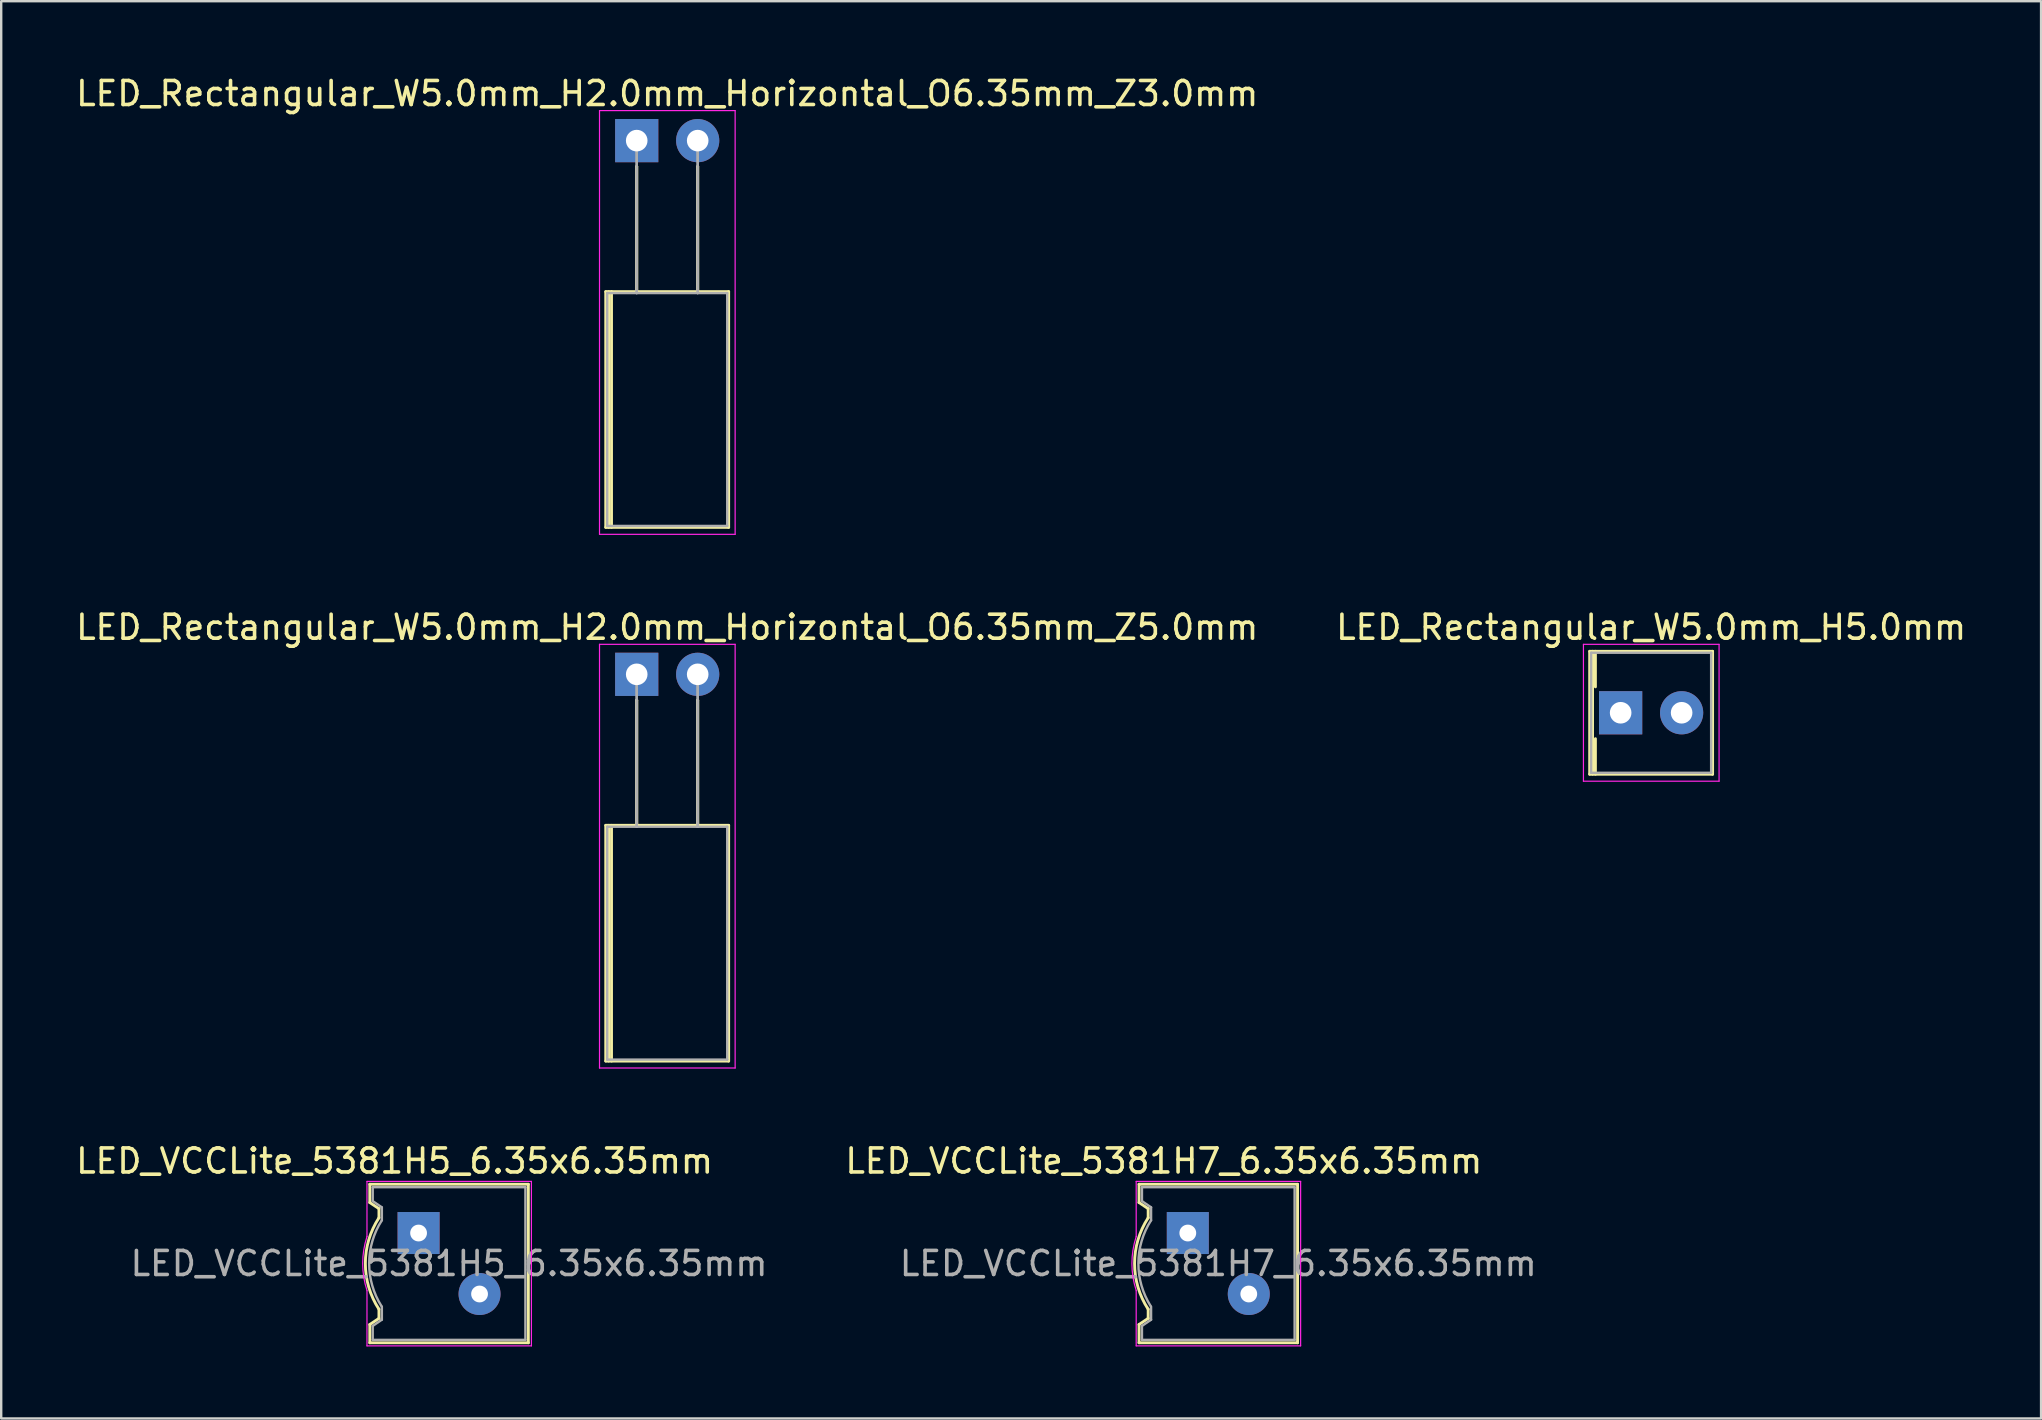
<source format=kicad_pcb>
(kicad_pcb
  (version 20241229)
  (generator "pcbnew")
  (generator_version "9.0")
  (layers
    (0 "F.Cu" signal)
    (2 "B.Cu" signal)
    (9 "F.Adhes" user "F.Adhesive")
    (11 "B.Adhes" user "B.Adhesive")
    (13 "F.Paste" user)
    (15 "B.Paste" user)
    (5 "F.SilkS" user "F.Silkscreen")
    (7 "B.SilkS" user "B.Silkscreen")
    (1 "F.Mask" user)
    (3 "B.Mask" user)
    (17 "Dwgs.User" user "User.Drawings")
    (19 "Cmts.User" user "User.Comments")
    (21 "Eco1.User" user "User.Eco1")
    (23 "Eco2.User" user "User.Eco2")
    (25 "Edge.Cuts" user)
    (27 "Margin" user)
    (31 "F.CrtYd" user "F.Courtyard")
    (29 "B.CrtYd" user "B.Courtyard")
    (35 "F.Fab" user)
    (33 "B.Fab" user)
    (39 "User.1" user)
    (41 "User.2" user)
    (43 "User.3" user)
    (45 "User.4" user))
  (footprint "LED_Rectangular_W5.0mm_H2.0mm_Horizontal_O6.35mm_Z3.0mm"
    (layer "F.Cu")
    (at 23.474 2.808)
    (property "Reference" "LED_Rectangular_W5.0mm_H2.0mm_Horizontal_O6.35mm_Z3.0mm" (at 1.27 -1.96 0) (layer "F.SilkS") (effects (font (size 1 1) (thickness 0.15))))
    (attr through_hole)
    (fp_line (start -1.29 6.29) (end -1.29 16.11) (stroke (width 0.12) (type solid)) (layer "F.SilkS"))
    (fp_line (start -1.29 16.11) (end 3.83 16.11) (stroke (width 0.12) (type solid)) (layer "F.SilkS"))
    (fp_line (start -1.17 6.29) (end -1.17 16.11) (stroke (width 0.12) (type solid)) (layer "F.SilkS"))
    (fp_line (start -1.05 6.29) (end -1.05 16.11) (stroke (width 0.12) (type solid)) (layer "F.SilkS"))
    (fp_line (start 0 1.08) (end 0 1.08) (stroke (width 0.12) (type solid)) (layer "F.SilkS"))
    (fp_line (start 0 1.08) (end 0 6.29) (stroke (width 0.12) (type solid)) (layer "F.SilkS"))
    (fp_line (start 0 6.29) (end 0 1.08) (stroke (width 0.12) (type solid)) (layer "F.SilkS"))
    (fp_line (start 0 6.29) (end 0 6.29) (stroke (width 0.12) (type solid)) (layer "F.SilkS"))
    (fp_line (start 2.54 1.08) (end 2.54 1.08) (stroke (width 0.12) (type solid)) (layer "F.SilkS"))
    (fp_line (start 2.54 1.08) (end 2.54 6.29) (stroke (width 0.12) (type solid)) (layer "F.SilkS"))
    (fp_line (start 2.54 6.29) (end 2.54 1.08) (stroke (width 0.12) (type solid)) (layer "F.SilkS"))
    (fp_line (start 2.54 6.29) (end 2.54 6.29) (stroke (width 0.12) (type solid)) (layer "F.SilkS"))
    (fp_line (start 3.83 6.29) (end -1.29 6.29) (stroke (width 0.12) (type solid)) (layer "F.SilkS"))
    (fp_line (start 3.83 16.11) (end 3.83 6.29) (stroke (width 0.12) (type solid)) (layer "F.SilkS"))
    (fp_line (start -1.55 -1.25) (end -1.55 16.4) (stroke (width 0.05) (type solid)) (layer "F.CrtYd"))
    (fp_line (start -1.55 16.4) (end 4.1 16.4) (stroke (width 0.05) (type solid)) (layer "F.CrtYd"))
    (fp_line (start 4.1 -1.25) (end -1.55 -1.25) (stroke (width 0.05) (type solid)) (layer "F.CrtYd"))
    (fp_line (start 4.1 16.4) (end 4.1 -1.25) (stroke (width 0.05) (type solid)) (layer "F.CrtYd"))
    (fp_line (start -1.23 6.35) (end -1.23 16.05) (stroke (width 0.1) (type solid)) (layer "F.Fab"))
    (fp_line (start -1.23 16.05) (end 3.77 16.05) (stroke (width 0.1) (type solid)) (layer "F.Fab"))
    (fp_line (start 0 0) (end 0 0) (stroke (width 0.1) (type solid)) (layer "F.Fab"))
    (fp_line (start 0 0) (end 0 6.35) (stroke (width 0.1) (type solid)) (layer "F.Fab"))
    (fp_line (start 0 6.35) (end 0 0) (stroke (width 0.1) (type solid)) (layer "F.Fab"))
    (fp_line (start 0 6.35) (end 0 6.35) (stroke (width 0.1) (type solid)) (layer "F.Fab"))
    (fp_line (start 2.54 0) (end 2.54 0) (stroke (width 0.1) (type solid)) (layer "F.Fab"))
    (fp_line (start 2.54 0) (end 2.54 6.35) (stroke (width 0.1) (type solid)) (layer "F.Fab"))
    (fp_line (start 2.54 6.35) (end 2.54 0) (stroke (width 0.1) (type solid)) (layer "F.Fab"))
    (fp_line (start 2.54 6.35) (end 2.54 6.35) (stroke (width 0.1) (type solid)) (layer "F.Fab"))
    (fp_line (start 3.77 6.35) (end -1.23 6.35) (stroke (width 0.1) (type solid)) (layer "F.Fab"))
    (fp_line (start 3.77 16.05) (end 3.77 6.35) (stroke (width 0.1) (type solid)) (layer "F.Fab"))
    (pad "1" thru_hole rect (at 0 0) (size 1.8 1.8) (drill 0.9) (layers "*.Cu" "*.Mask"))
    (pad "2" thru_hole circle (at 2.54 0) (size 1.8 1.8) (drill 0.9) (layers "*.Cu" "*.Mask")))
  (footprint "LED_Rectangular_W5.0mm_H2.0mm_Horizontal_O6.35mm_Z5.0mm"
    (layer "F.Cu")
    (at 23.474 25.041)
    (property "Reference" "LED_Rectangular_W5.0mm_H2.0mm_Horizontal_O6.35mm_Z5.0mm" (at 1.27 -1.96 0) (layer "F.SilkS") (effects (font (size 1 1) (thickness 0.15))))
    (attr through_hole)
    (fp_line (start -1.29 6.29) (end -1.29 16.11) (stroke (width 0.12) (type solid)) (layer "F.SilkS"))
    (fp_line (start -1.29 16.11) (end 3.83 16.11) (stroke (width 0.12) (type solid)) (layer "F.SilkS"))
    (fp_line (start -1.17 6.29) (end -1.17 16.11) (stroke (width 0.12) (type solid)) (layer "F.SilkS"))
    (fp_line (start -1.05 6.29) (end -1.05 16.11) (stroke (width 0.12) (type solid)) (layer "F.SilkS"))
    (fp_line (start 0 1.08) (end 0 1.08) (stroke (width 0.12) (type solid)) (layer "F.SilkS"))
    (fp_line (start 0 1.08) (end 0 6.29) (stroke (width 0.12) (type solid)) (layer "F.SilkS"))
    (fp_line (start 0 6.29) (end 0 1.08) (stroke (width 0.12) (type solid)) (layer "F.SilkS"))
    (fp_line (start 0 6.29) (end 0 6.29) (stroke (width 0.12) (type solid)) (layer "F.SilkS"))
    (fp_line (start 2.54 1.08) (end 2.54 1.08) (stroke (width 0.12) (type solid)) (layer "F.SilkS"))
    (fp_line (start 2.54 1.08) (end 2.54 6.29) (stroke (width 0.12) (type solid)) (layer "F.SilkS"))
    (fp_line (start 2.54 6.29) (end 2.54 1.08) (stroke (width 0.12) (type solid)) (layer "F.SilkS"))
    (fp_line (start 2.54 6.29) (end 2.54 6.29) (stroke (width 0.12) (type solid)) (layer "F.SilkS"))
    (fp_line (start 3.83 6.29) (end -1.29 6.29) (stroke (width 0.12) (type solid)) (layer "F.SilkS"))
    (fp_line (start 3.83 16.11) (end 3.83 6.29) (stroke (width 0.12) (type solid)) (layer "F.SilkS"))
    (fp_line (start -1.55 -1.25) (end -1.55 16.4) (stroke (width 0.05) (type solid)) (layer "F.CrtYd"))
    (fp_line (start -1.55 16.4) (end 4.1 16.4) (stroke (width 0.05) (type solid)) (layer "F.CrtYd"))
    (fp_line (start 4.1 -1.25) (end -1.55 -1.25) (stroke (width 0.05) (type solid)) (layer "F.CrtYd"))
    (fp_line (start 4.1 16.4) (end 4.1 -1.25) (stroke (width 0.05) (type solid)) (layer "F.CrtYd"))
    (fp_line (start -1.23 6.35) (end -1.23 16.05) (stroke (width 0.1) (type solid)) (layer "F.Fab"))
    (fp_line (start -1.23 16.05) (end 3.77 16.05) (stroke (width 0.1) (type solid)) (layer "F.Fab"))
    (fp_line (start 0 0) (end 0 0) (stroke (width 0.1) (type solid)) (layer "F.Fab"))
    (fp_line (start 0 0) (end 0 6.35) (stroke (width 0.1) (type solid)) (layer "F.Fab"))
    (fp_line (start 0 6.35) (end 0 0) (stroke (width 0.1) (type solid)) (layer "F.Fab"))
    (fp_line (start 0 6.35) (end 0 6.35) (stroke (width 0.1) (type solid)) (layer "F.Fab"))
    (fp_line (start 2.54 0) (end 2.54 0) (stroke (width 0.1) (type solid)) (layer "F.Fab"))
    (fp_line (start 2.54 0) (end 2.54 6.35) (stroke (width 0.1) (type solid)) (layer "F.Fab"))
    (fp_line (start 2.54 6.35) (end 2.54 0) (stroke (width 0.1) (type solid)) (layer "F.Fab"))
    (fp_line (start 2.54 6.35) (end 2.54 6.35) (stroke (width 0.1) (type solid)) (layer "F.Fab"))
    (fp_line (start 3.77 6.35) (end -1.23 6.35) (stroke (width 0.1) (type solid)) (layer "F.Fab"))
    (fp_line (start 3.77 16.05) (end 3.77 6.35) (stroke (width 0.1) (type solid)) (layer "F.Fab"))
    (pad "1" thru_hole rect (at 0 0) (size 1.8 1.8) (drill 0.9) (layers "*.Cu" "*.Mask"))
    (pad "2" thru_hole circle (at 2.54 0) (size 1.8 1.8) (drill 0.9) (layers "*.Cu" "*.Mask")))
  (footprint "LED_VCCLite_5381H5_6.35x6.35mm"
    (layer "F.Cu")
    (at 14.387 48.315)
    (property "Reference" "LED_VCCLite_5381H5_6.35x6.35mm" (at -1 -3 0) (layer "F.SilkS") (effects (font (size 1 1) (thickness 0.15))))
    (attr through_hole)
    (fp_line (start -2.032 -2.032) (end -2.032 -1.27) (stroke (width 0.12) (type solid)) (layer "F.SilkS"))
    (fp_line (start -2.032 -1.27) (end -1.651 -1.016) (stroke (width 0.12) (type solid)) (layer "F.SilkS"))
    (fp_line (start -2.032 4.572) (end -2.032 3.81) (stroke (width 0.12) (type solid)) (layer "F.SilkS"))
    (fp_line (start -1.651 -1.016) (end -1.651 -0.635) (stroke (width 0.12) (type solid)) (layer "F.SilkS"))
    (fp_line (start -1.651 3.556) (end -2.032 3.81) (stroke (width 0.12) (type solid)) (layer "F.SilkS"))
    (fp_line (start -1.651 3.556) (end -1.651 3.175) (stroke (width 0.12) (type solid)) (layer "F.SilkS"))
    (fp_line (start 4.572 -2.032) (end -2.032 -2.032) (stroke (width 0.12) (type solid)) (layer "F.SilkS"))
    (fp_line (start 4.572 4.572) (end -2.032 4.572) (stroke (width 0.12) (type solid)) (layer "F.SilkS"))
    (fp_line (start 4.572 4.572) (end 4.572 -2.032) (stroke (width 0.12) (type solid)) (layer "F.SilkS"))
    (fp_arc (start -1.651753 3.173843) (mid -2.2173 1.26931) (end -1.650999 -0.634999) (stroke (width 0.12) (type solid)) (layer "F.SilkS"))
    (fp_line (start -2.15 -2.15) (end -2.15 0.15) (stroke (width 0.05) (type solid)) (layer "F.CrtYd"))
    (fp_line (start -2.15 -2.15) (end 4.7 -2.15) (stroke (width 0.05) (type solid)) (layer "F.CrtYd"))
    (fp_line (start -2.15 4.7) (end -2.15 2.4) (stroke (width 0.05) (type solid)) (layer "F.CrtYd"))
    (fp_line (start 4.7 -2.15) (end 4.7 4.7) (stroke (width 0.05) (type solid)) (layer "F.CrtYd"))
    (fp_line (start 4.7 4.7) (end -2.15 4.7) (stroke (width 0.05) (type solid)) (layer "F.CrtYd"))
    (fp_arc (start -2.147033 2.39902) (mid -2.328719 1.274748) (end -2.15 0.15) (stroke (width 0.05) (type solid)) (layer "F.CrtYd"))
    (fp_line (start -1.91 -1.91) (end -1.91 -1.33) (stroke (width 0.1) (type solid)) (layer "F.Fab"))
    (fp_line (start -1.91 -1.91) (end 4.45 -1.91) (stroke (width 0.1) (type solid)) (layer "F.Fab"))
    (fp_line (start -1.91 -1.33) (end -1.53 -1.07) (stroke (width 0.1) (type solid)) (layer "F.Fab"))
    (fp_line (start -1.91 3.87) (end -1.53 3.61) (stroke (width 0.1) (type solid)) (layer "F.Fab"))
    (fp_line (start -1.91 4.45) (end -1.91 3.87) (stroke (width 0.1) (type solid)) (layer "F.Fab"))
    (fp_line (start -1.53 -1.07) (end -1.53 -0.53) (stroke (width 0.1) (type solid)) (layer "F.Fab"))
    (fp_line (start -1.53 3.61) (end -1.53 3.07) (stroke (width 0.1) (type solid)) (layer "F.Fab"))
    (fp_line (start 4.45 -1.91) (end 4.45 4.45) (stroke (width 0.1) (type solid)) (layer "F.Fab"))
    (fp_line (start 4.45 4.45) (end -1.91 4.45) (stroke (width 0.1) (type solid)) (layer "F.Fab"))
    (fp_arc (start -1.538265 3.057078) (mid -2.058655 1.26233) (end -1.53 -0.53) (stroke (width 0.1) (type solid)) (layer "F.Fab"))
    (fp_text user "${REFERENCE}" (at 1.27 1.27 0) (layer "F.Fab") (effects (font (size 1 1) (thickness 0.15))))
    (pad "1" thru_hole rect (at 0 0 270) (size 1.75 1.75) (drill 0.7) (layers "*.Cu" "*.Mask"))
    (pad "2" thru_hole circle (at 2.54 2.54 270) (size 1.75 1.75) (drill 0.7) (layers "*.Cu" "*.Mask")))
  (footprint "LED_VCCLite_5381H7_6.35x6.35mm"
    (layer "F.Cu")
    (at 46.431 48.315)
    (property "Reference" "LED_VCCLite_5381H7_6.35x6.35mm" (at -1 -3 0) (layer "F.SilkS") (effects (font (size 1 1) (thickness 0.15))))
    (attr through_hole)
    (fp_line (start -2.032 -2.032) (end -2.032 -1.27) (stroke (width 0.12) (type solid)) (layer "F.SilkS"))
    (fp_line (start -2.032 -1.27) (end -1.651 -1.016) (stroke (width 0.12) (type solid)) (layer "F.SilkS"))
    (fp_line (start -2.032 4.572) (end -2.032 3.81) (stroke (width 0.12) (type solid)) (layer "F.SilkS"))
    (fp_line (start -1.651 -1.016) (end -1.651 -0.635) (stroke (width 0.12) (type solid)) (layer "F.SilkS"))
    (fp_line (start -1.651 3.556) (end -2.032 3.81) (stroke (width 0.12) (type solid)) (layer "F.SilkS"))
    (fp_line (start -1.651 3.556) (end -1.651 3.175) (stroke (width 0.12) (type solid)) (layer "F.SilkS"))
    (fp_line (start 4.572 -2.032) (end -2.032 -2.032) (stroke (width 0.12) (type solid)) (layer "F.SilkS"))
    (fp_line (start 4.572 4.572) (end -2.032 4.572) (stroke (width 0.12) (type solid)) (layer "F.SilkS"))
    (fp_line (start 4.572 4.572) (end 4.572 -2.032) (stroke (width 0.12) (type solid)) (layer "F.SilkS"))
    (fp_arc (start -1.651753 3.173843) (mid -2.2173 1.26931) (end -1.650999 -0.634999) (stroke (width 0.12) (type solid)) (layer "F.SilkS"))
    (fp_line (start -2.15 -2.15) (end -2.15 0.15) (stroke (width 0.05) (type solid)) (layer "F.CrtYd"))
    (fp_line (start -2.15 -2.15) (end 4.7 -2.15) (stroke (width 0.05) (type solid)) (layer "F.CrtYd"))
    (fp_line (start -2.15 4.7) (end -2.15 2.4) (stroke (width 0.05) (type solid)) (layer "F.CrtYd"))
    (fp_line (start 4.7 -2.15) (end 4.7 4.7) (stroke (width 0.05) (type solid)) (layer "F.CrtYd"))
    (fp_line (start 4.7 4.7) (end -2.15 4.7) (stroke (width 0.05) (type solid)) (layer "F.CrtYd"))
    (fp_arc (start -2.147033 2.39902) (mid -2.328719 1.274748) (end -2.15 0.15) (stroke (width 0.05) (type solid)) (layer "F.CrtYd"))
    (fp_line (start -1.91 -1.91) (end -1.91 -1.33) (stroke (width 0.1) (type solid)) (layer "F.Fab"))
    (fp_line (start -1.91 -1.91) (end 4.45 -1.91) (stroke (width 0.1) (type solid)) (layer "F.Fab"))
    (fp_line (start -1.91 -1.33) (end -1.53 -1.07) (stroke (width 0.1) (type solid)) (layer "F.Fab"))
    (fp_line (start -1.91 3.87) (end -1.53 3.61) (stroke (width 0.1) (type solid)) (layer "F.Fab"))
    (fp_line (start -1.91 4.45) (end -1.91 3.87) (stroke (width 0.1) (type solid)) (layer "F.Fab"))
    (fp_line (start -1.53 -1.07) (end -1.53 -0.53) (stroke (width 0.1) (type solid)) (layer "F.Fab"))
    (fp_line (start -1.53 3.61) (end -1.53 3.07) (stroke (width 0.1) (type solid)) (layer "F.Fab"))
    (fp_line (start 4.45 -1.91) (end 4.45 4.45) (stroke (width 0.1) (type solid)) (layer "F.Fab"))
    (fp_line (start 4.45 4.45) (end -1.91 4.45) (stroke (width 0.1) (type solid)) (layer "F.Fab"))
    (fp_arc (start -1.538265 3.057078) (mid -2.058655 1.26233) (end -1.53 -0.53) (stroke (width 0.1) (type solid)) (layer "F.Fab"))
    (fp_text user "${REFERENCE}" (at 1.27 1.27 0) (layer "F.Fab") (effects (font (size 1 1) (thickness 0.15))))
    (pad "1" thru_hole rect (at 0 0 270) (size 1.75 1.75) (drill 0.7) (layers "*.Cu" "*.Mask"))
    (pad "2" thru_hole circle (at 2.54 2.54 270) (size 1.75 1.75) (drill 0.7) (layers "*.Cu" "*.Mask")))
  (footprint "LED_Rectangular_W5.0mm_H5.0mm"
    (layer "F.Cu")
    (at 64.462 26.642)
    (property "Reference" "LED_Rectangular_W5.0mm_H5.0mm" (at 1.27 -3.56 0) (layer "F.SilkS") (effects (font (size 1 1) (thickness 0.15))))
    (attr through_hole)
    (fp_line (start -1.29 -2.56) (end -1.29 2.56) (stroke (width 0.12) (type solid)) (layer "F.SilkS"))
    (fp_line (start -1.29 -2.56) (end 3.83 -2.56) (stroke (width 0.12) (type solid)) (layer "F.SilkS"))
    (fp_line (start -1.29 2.56) (end 3.83 2.56) (stroke (width 0.12) (type solid)) (layer "F.SilkS"))
    (fp_line (start -1.17 -2.56) (end -1.17 2.56) (stroke (width 0.12) (type solid)) (layer "F.SilkS"))
    (fp_line (start -1.051 -2.56) (end -1.051 -1.08) (stroke (width 0.12) (type solid)) (layer "F.SilkS"))
    (fp_line (start -1.051 1.08) (end -1.051 2.56) (stroke (width 0.12) (type solid)) (layer "F.SilkS"))
    (fp_line (start 3.83 -2.56) (end 3.83 2.56) (stroke (width 0.12) (type solid)) (layer "F.SilkS"))
    (fp_line (start -1.55 -2.85) (end -1.55 2.85) (stroke (width 0.05) (type solid)) (layer "F.CrtYd"))
    (fp_line (start -1.55 2.85) (end 4.1 2.85) (stroke (width 0.05) (type solid)) (layer "F.CrtYd"))
    (fp_line (start 4.1 -2.85) (end -1.55 -2.85) (stroke (width 0.05) (type solid)) (layer "F.CrtYd"))
    (fp_line (start 4.1 2.85) (end 4.1 -2.85) (stroke (width 0.05) (type solid)) (layer "F.CrtYd"))
    (fp_line (start -1.23 -2.5) (end -1.23 2.5) (stroke (width 0.1) (type solid)) (layer "F.Fab"))
    (fp_line (start -1.23 2.5) (end 3.77 2.5) (stroke (width 0.1) (type solid)) (layer "F.Fab"))
    (fp_line (start 3.77 -2.5) (end -1.23 -2.5) (stroke (width 0.1) (type solid)) (layer "F.Fab"))
    (fp_line (start 3.77 2.5) (end 3.77 -2.5) (stroke (width 0.1) (type solid)) (layer "F.Fab"))
    (pad "1" thru_hole rect (at 0 0) (size 1.8 1.8) (drill 0.9) (layers "*.Cu" "*.Mask"))
    (pad "2" thru_hole circle (at 2.54 0) (size 1.8 1.8) (drill 0.9) (layers "*.Cu" "*.Mask")))
  (gr_rect
    (start -3 -3)
    (end 81.976 56.04)
    (stroke (width 0.1) (type default))
    (fill no)
    (layer "Edge.Cuts")))
</source>
